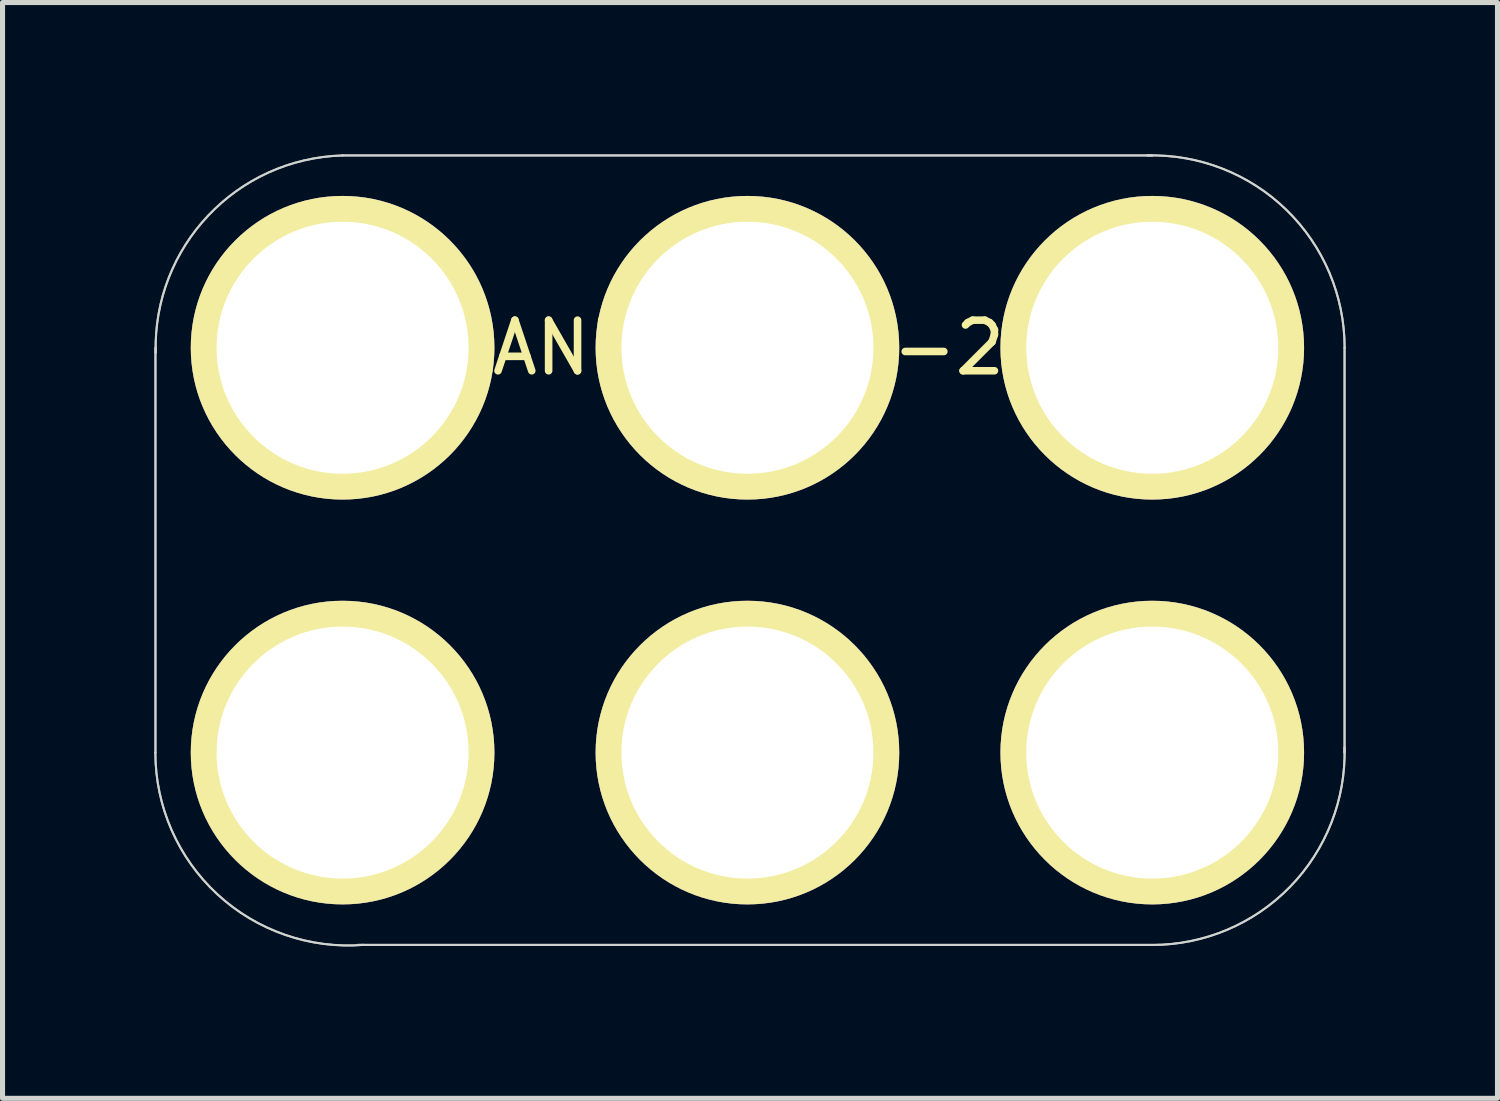
<source format=kicad_pcb>
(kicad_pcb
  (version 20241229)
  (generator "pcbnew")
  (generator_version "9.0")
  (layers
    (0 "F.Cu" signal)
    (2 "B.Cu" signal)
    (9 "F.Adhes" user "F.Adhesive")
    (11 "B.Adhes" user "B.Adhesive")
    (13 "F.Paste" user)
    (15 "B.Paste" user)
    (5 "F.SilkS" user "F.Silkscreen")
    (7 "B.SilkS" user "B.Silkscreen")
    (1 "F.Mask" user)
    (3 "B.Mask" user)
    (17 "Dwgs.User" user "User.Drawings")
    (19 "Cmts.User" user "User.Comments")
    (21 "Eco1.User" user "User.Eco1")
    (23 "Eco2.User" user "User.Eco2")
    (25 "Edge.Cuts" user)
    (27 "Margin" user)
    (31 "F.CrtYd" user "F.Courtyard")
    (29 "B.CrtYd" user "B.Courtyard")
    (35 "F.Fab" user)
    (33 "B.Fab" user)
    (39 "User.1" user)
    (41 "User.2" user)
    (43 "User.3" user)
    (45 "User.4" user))
  (footprint "BLANK-LEGO-2x3"
    (layer "F.Cu")
    (at 3.72 11.822)
    (property "Reference" "BLANK-LEGO-2x3" (at 8 -8 0) (layer "F.SilkS") (effects (font (size 1 1) (thickness 0.15))))
    (attr through_hole)
    (fp_line (start -3.698 -8) (end -3.698 0) (stroke (width 0.041) (type solid)) (layer "Edge.Cuts"))
    (fp_line (start 16 -11.8) (end 0 -11.8) (stroke (width 0.041) (type solid)) (layer "Edge.Cuts"))
    (fp_line (start 16 3.8) (end 0.3 3.8) (stroke (width 0.041) (type solid)) (layer "Edge.Cuts"))
    (fp_line (start 19.8 -8) (end 19.8 0) (stroke (width 0.041) (type solid)) (layer "Edge.Cuts"))
    (fp_arc (start -3.693368 -7.90018) (mid -2.653367 -10.614068) (end 0 -11.8) (stroke (width 0.04064) (type solid)) (layer "Edge.Cuts"))
    (fp_arc (start 0.411824 3.8) (mid -2.475303 2.799424) (end -3.7 0) (stroke (width 0.04064) (type solid)) (layer "Edge.Cuts"))
    (fp_arc (start 15.9 -11.8) (mid 18.652345 -10.723062) (end 19.801316 -8) (stroke (width 0.04064) (type solid)) (layer "Edge.Cuts"))
    (fp_arc (start 19.8 -0.1) (mid 18.723062 2.652345) (end 16 3.801316) (stroke (width 0.04064) (type solid)) (layer "Edge.Cuts"))
    (fp_line (start -3.698 -8) (end -3.698 0) (stroke (width 0.041) (type solid)) (layer "F.Fab"))
    (fp_line (start 16 -11.8) (end 0 -11.8) (stroke (width 0.041) (type solid)) (layer "F.Fab"))
    (fp_line (start 16 3.8) (end 0.3 3.8) (stroke (width 0.041) (type solid)) (layer "F.Fab"))
    (fp_line (start 19.8 -8) (end 19.8 0) (stroke (width 0.041) (type solid)) (layer "F.Fab"))
    (fp_arc (start -3.693368 -7.90018) (mid -2.653367 -10.614068) (end 0 -11.8) (stroke (width 0.04064) (type solid)) (layer "F.Fab"))
    (fp_arc (start 0.411824 3.8) (mid -2.475303 2.799424) (end -3.7 0) (stroke (width 0.04064) (type solid)) (layer "F.Fab"))
    (fp_arc (start 15.9 -11.8) (mid 18.652345 -10.723062) (end 19.801316 -8) (stroke (width 0.04064) (type solid)) (layer "F.Fab"))
    (fp_arc (start 19.8 -0.1) (mid 18.723062 2.652345) (end 16 3.801316) (stroke (width 0.04064) (type solid)) (layer "F.Fab"))
    (pad "1" thru_hole circle (at 0 -8) (size 6 6) (drill 4.98) (layers "*.Cu" "*.Mask" "F.SilkS"))
    (pad "2" thru_hole circle (at 8 -8) (size 6 6) (drill 4.98) (layers "*.Cu" "*.Mask" "F.SilkS"))
    (pad "3" thru_hole circle (at 16 -8) (size 6 6) (drill 4.98) (layers "*.Cu" "*.Mask" "F.SilkS"))
    (pad "4" thru_hole circle (at 0 0) (size 6 6) (drill 4.98) (layers "*.Cu" "*.Mask" "F.SilkS"))
    (pad "5" thru_hole circle (at 8 0) (size 6 6) (drill 4.98) (layers "*.Cu" "*.Mask" "F.SilkS"))
    (pad "6" thru_hole circle (at 16 0) (size 6 6) (drill 4.98) (layers "*.Cu" "*.Mask" "F.SilkS")))
  (gr_rect
    (start -3 -3)
    (end 26.542 18.654)
    (stroke (width 0.1) (type default))
    (fill no)
    (layer "Edge.Cuts")))
</source>
